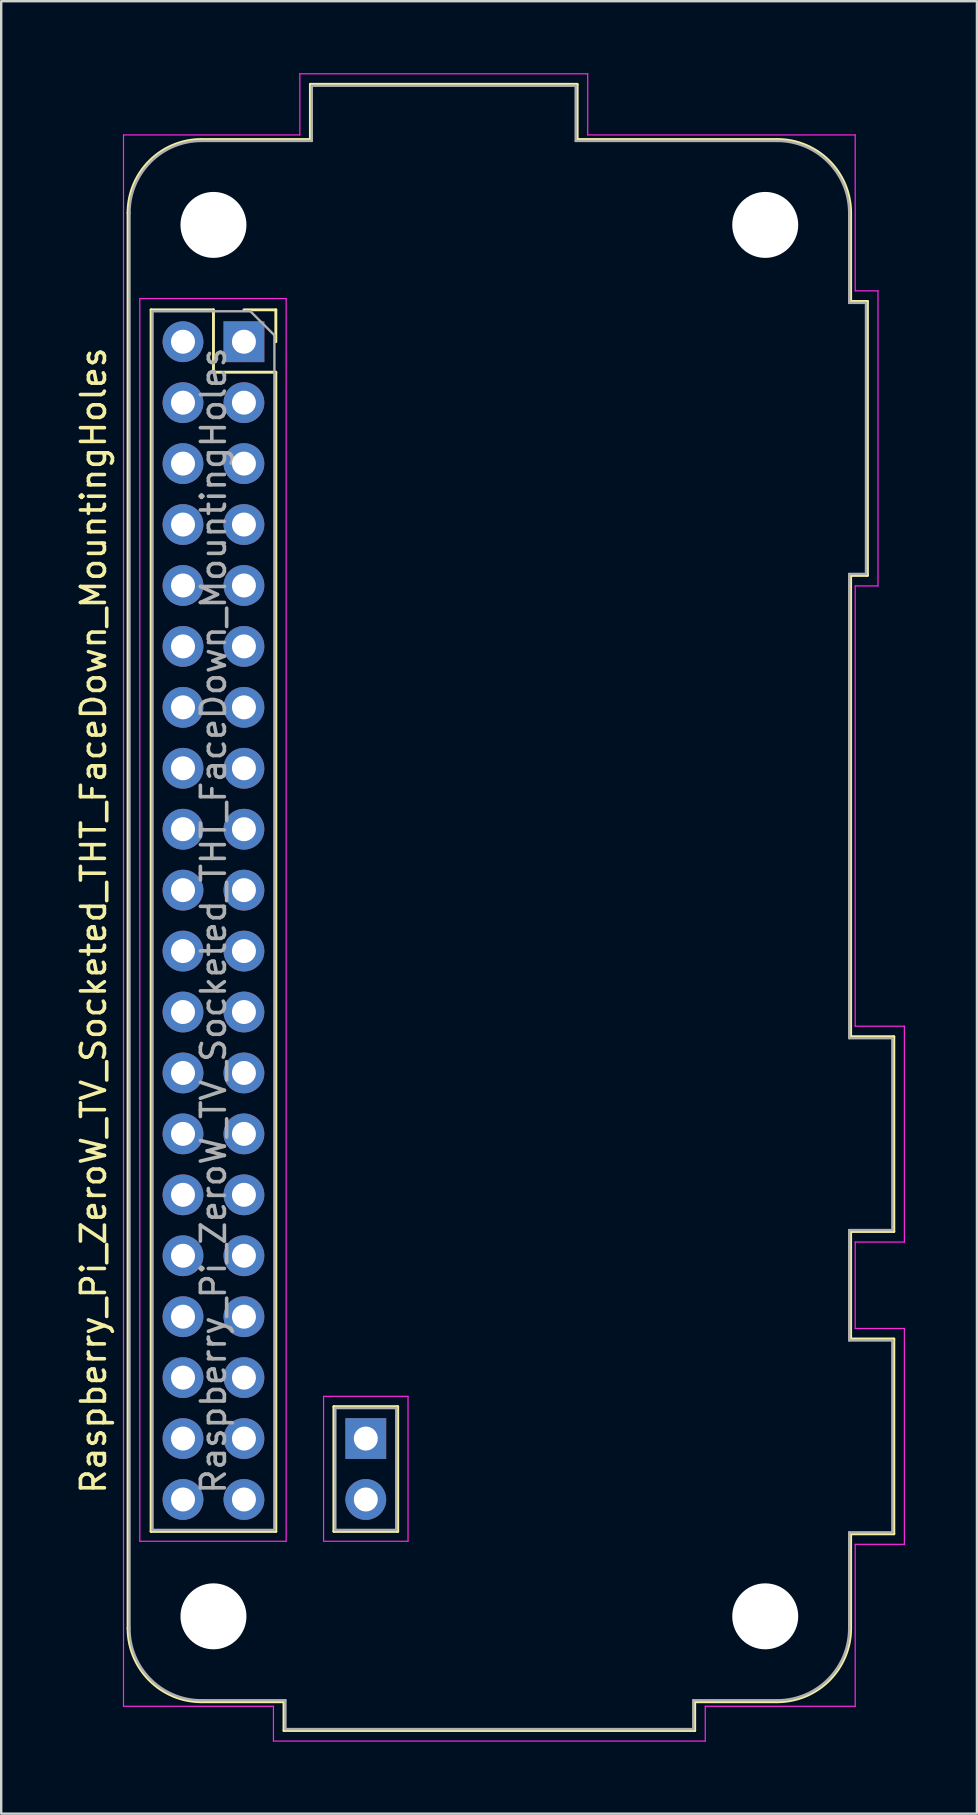
<source format=kicad_pcb>
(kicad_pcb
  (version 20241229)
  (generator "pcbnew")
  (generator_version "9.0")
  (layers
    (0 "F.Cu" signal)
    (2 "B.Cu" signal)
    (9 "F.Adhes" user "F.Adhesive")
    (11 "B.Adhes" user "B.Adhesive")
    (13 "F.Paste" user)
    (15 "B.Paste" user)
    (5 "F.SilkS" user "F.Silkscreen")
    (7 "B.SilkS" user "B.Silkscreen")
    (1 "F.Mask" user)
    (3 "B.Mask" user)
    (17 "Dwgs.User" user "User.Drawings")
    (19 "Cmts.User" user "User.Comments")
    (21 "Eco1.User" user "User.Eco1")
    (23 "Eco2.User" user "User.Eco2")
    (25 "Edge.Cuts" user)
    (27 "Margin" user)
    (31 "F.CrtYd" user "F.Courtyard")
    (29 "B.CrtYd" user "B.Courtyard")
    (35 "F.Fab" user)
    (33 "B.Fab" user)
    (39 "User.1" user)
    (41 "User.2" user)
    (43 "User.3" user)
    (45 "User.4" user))
  (footprint "Raspberry_Pi_ZeroW_TV_Socketed_THT_FaceDown_MountingHoles"
    (layer "F.Cu")
    (at 7.118 11.195)
    (property "Reference" "Raspberry_Pi_ZeroW_TV_Socketed_THT_FaceDown_MountingHoles" (at -6.27 24.13 90) (layer "F.SilkS") (effects (font (size 1 1) (thickness 0.15))))
    (attr through_hole)
    (fp_line (start -4.83 53.63) (end -4.83 -5.37) (stroke (width 0.12) (type solid)) (layer "F.SilkS"))
    (fp_line (start -3.87 -1.33) (end -3.87 49.59) (stroke (width 0.12) (type solid)) (layer "F.SilkS"))
    (fp_line (start -3.87 -1.33) (end -1.27 -1.33) (stroke (width 0.12) (type solid)) (layer "F.SilkS"))
    (fp_line (start -3.87 49.59) (end 1.33 49.59) (stroke (width 0.12) (type solid)) (layer "F.SilkS"))
    (fp_line (start -1.77 -8.43) (end 2.77 -8.43) (stroke (width 0.12) (type solid)) (layer "F.SilkS"))
    (fp_line (start -1.27 -1.33) (end -1.27 1.27) (stroke (width 0.12) (type solid)) (layer "F.SilkS"))
    (fp_line (start -1.27 1.27) (end 1.33 1.27) (stroke (width 0.12) (type solid)) (layer "F.SilkS"))
    (fp_line (start 0 -1.33) (end 1.33 -1.33) (stroke (width 0.12) (type solid)) (layer "F.SilkS"))
    (fp_line (start 1.33 -1.33) (end 1.33 0) (stroke (width 0.12) (type solid)) (layer "F.SilkS"))
    (fp_line (start 1.33 1.27) (end 1.33 49.59) (stroke (width 0.12) (type solid)) (layer "F.SilkS"))
    (fp_line (start 1.67 56.69) (end -1.77 56.69) (stroke (width 0.12) (type solid)) (layer "F.SilkS"))
    (fp_line (start 1.67 56.69) (end 1.67 57.89) (stroke (width 0.12) (type solid)) (layer "F.SilkS"))
    (fp_line (start 1.67 57.89) (end 18.79 57.89) (stroke (width 0.12) (type solid)) (layer "F.SilkS"))
    (fp_line (start 2.77 -8.43) (end 2.77 -10.73) (stroke (width 0.12) (type solid)) (layer "F.SilkS"))
    (fp_line (start 3.75 49.59) (end 3.75 44.39) (stroke (width 0.12) (type solid)) (layer "F.SilkS"))
    (fp_line (start 6.41 44.39) (end 3.75 44.39) (stroke (width 0.12) (type solid)) (layer "F.SilkS"))
    (fp_line (start 6.41 49.59) (end 3.75 49.59) (stroke (width 0.12) (type solid)) (layer "F.SilkS"))
    (fp_line (start 6.41 49.59) (end 6.41 44.39) (stroke (width 0.12) (type solid)) (layer "F.SilkS"))
    (fp_line (start 13.89 -10.73) (end 2.77 -10.73) (stroke (width 0.12) (type solid)) (layer "F.SilkS"))
    (fp_line (start 13.89 -8.43) (end 13.89 -10.73) (stroke (width 0.12) (type solid)) (layer "F.SilkS"))
    (fp_line (start 18.79 56.69) (end 22.23 56.69) (stroke (width 0.12) (type solid)) (layer "F.SilkS"))
    (fp_line (start 18.79 57.89) (end 18.79 56.69) (stroke (width 0.12) (type solid)) (layer "F.SilkS"))
    (fp_line (start 22.23 -8.43) (end 13.89 -8.43) (stroke (width 0.12) (type solid)) (layer "F.SilkS"))
    (fp_line (start 25.29 -1.68) (end 25.29 -5.37) (stroke (width 0.12) (type solid)) (layer "F.SilkS"))
    (fp_line (start 25.29 9.74) (end 25.99 9.74) (stroke (width 0.12) (type solid)) (layer "F.SilkS"))
    (fp_line (start 25.29 28.97) (end 25.29 9.74) (stroke (width 0.12) (type solid)) (layer "F.SilkS"))
    (fp_line (start 25.29 37.09) (end 27.09 37.09) (stroke (width 0.12) (type solid)) (layer "F.SilkS"))
    (fp_line (start 25.29 41.57) (end 25.29 37.09) (stroke (width 0.12) (type solid)) (layer "F.SilkS"))
    (fp_line (start 25.29 49.69) (end 27.09 49.69) (stroke (width 0.12) (type solid)) (layer "F.SilkS"))
    (fp_line (start 25.29 53.63) (end 25.29 49.69) (stroke (width 0.12) (type solid)) (layer "F.SilkS"))
    (fp_line (start 25.99 -1.68) (end 25.29 -1.68) (stroke (width 0.12) (type solid)) (layer "F.SilkS"))
    (fp_line (start 25.99 9.74) (end 25.99 -1.68) (stroke (width 0.12) (type solid)) (layer "F.SilkS"))
    (fp_line (start 27.09 28.97) (end 25.29 28.97) (stroke (width 0.12) (type solid)) (layer "F.SilkS"))
    (fp_line (start 27.09 37.09) (end 27.09 28.97) (stroke (width 0.12) (type solid)) (layer "F.SilkS"))
    (fp_line (start 27.09 41.57) (end 25.29 41.57) (stroke (width 0.12) (type solid)) (layer "F.SilkS"))
    (fp_line (start 27.09 49.69) (end 27.09 41.57) (stroke (width 0.12) (type solid)) (layer "F.SilkS"))
    (fp_arc (start -4.83 -5.37) (mid -3.933747 -7.533747) (end -1.77 -8.43) (stroke (width 0.12) (type solid)) (layer "F.SilkS"))
    (fp_arc (start -1.77 56.69) (mid -3.933747 55.793747) (end -4.83 53.63) (stroke (width 0.12) (type solid)) (layer "F.SilkS"))
    (fp_arc (start 22.23 -8.43) (mid 24.393747 -7.533747) (end 25.29 -5.37) (stroke (width 0.12) (type solid)) (layer "F.SilkS"))
    (fp_arc (start 25.29 53.63) (mid 24.393747 55.793747) (end 22.23 56.69) (stroke (width 0.12) (type solid)) (layer "F.SilkS"))
    (fp_line (start -5.02 -8.62) (end 2.33 -8.62) (stroke (width 0.05) (type solid)) (layer "F.CrtYd"))
    (fp_line (start -5.02 56.88) (end -5.02 -8.62) (stroke (width 0.05) (type solid)) (layer "F.CrtYd"))
    (fp_line (start -5.02 56.88) (end 1.23 56.88) (stroke (width 0.05) (type solid)) (layer "F.CrtYd"))
    (fp_line (start -4.34 -1.8) (end 1.76 -1.8) (stroke (width 0.05) (type solid)) (layer "F.CrtYd"))
    (fp_line (start -4.34 50) (end -4.34 -1.8) (stroke (width 0.05) (type solid)) (layer "F.CrtYd"))
    (fp_line (start 1.23 58.33) (end 1.23 56.88) (stroke (width 0.05) (type solid)) (layer "F.CrtYd"))
    (fp_line (start 1.76 -1.8) (end 1.76 50) (stroke (width 0.05) (type solid)) (layer "F.CrtYd"))
    (fp_line (start 1.76 50) (end -4.34 50) (stroke (width 0.05) (type solid)) (layer "F.CrtYd"))
    (fp_line (start 2.33 -8.62) (end 2.33 -11.17) (stroke (width 0.05) (type solid)) (layer "F.CrtYd"))
    (fp_line (start 3.32 43.96) (end 3.32 50) (stroke (width 0.05) (type solid)) (layer "F.CrtYd"))
    (fp_line (start 3.32 43.96) (end 6.84 43.96) (stroke (width 0.05) (type solid)) (layer "F.CrtYd"))
    (fp_line (start 3.32 50) (end 6.84 50) (stroke (width 0.05) (type solid)) (layer "F.CrtYd"))
    (fp_line (start 6.84 43.96) (end 6.84 50) (stroke (width 0.05) (type solid)) (layer "F.CrtYd"))
    (fp_line (start 14.33 -11.17) (end 2.33 -11.17) (stroke (width 0.05) (type solid)) (layer "F.CrtYd"))
    (fp_line (start 14.33 -8.62) (end 14.33 -11.17) (stroke (width 0.05) (type solid)) (layer "F.CrtYd"))
    (fp_line (start 19.23 56.88) (end 25.48 56.88) (stroke (width 0.05) (type solid)) (layer "F.CrtYd"))
    (fp_line (start 19.23 58.33) (end 1.23 58.33) (stroke (width 0.05) (type solid)) (layer "F.CrtYd"))
    (fp_line (start 19.23 58.33) (end 19.23 56.88) (stroke (width 0.05) (type solid)) (layer "F.CrtYd"))
    (fp_line (start 25.48 -8.62) (end 14.33 -8.62) (stroke (width 0.05) (type solid)) (layer "F.CrtYd"))
    (fp_line (start 25.48 -2.12) (end 25.48 -8.62) (stroke (width 0.05) (type solid)) (layer "F.CrtYd"))
    (fp_line (start 25.48 28.53) (end 25.48 10.18) (stroke (width 0.05) (type solid)) (layer "F.CrtYd"))
    (fp_line (start 25.48 37.53) (end 25.48 41.13) (stroke (width 0.05) (type solid)) (layer "F.CrtYd"))
    (fp_line (start 25.48 50.13) (end 25.48 56.88) (stroke (width 0.05) (type solid)) (layer "F.CrtYd"))
    (fp_line (start 26.43 -2.12) (end 25.48 -2.12) (stroke (width 0.05) (type solid)) (layer "F.CrtYd"))
    (fp_line (start 26.43 -2.12) (end 26.43 10.18) (stroke (width 0.05) (type solid)) (layer "F.CrtYd"))
    (fp_line (start 26.43 10.18) (end 25.48 10.18) (stroke (width 0.05) (type solid)) (layer "F.CrtYd"))
    (fp_line (start 27.53 28.53) (end 25.48 28.53) (stroke (width 0.05) (type solid)) (layer "F.CrtYd"))
    (fp_line (start 27.53 37.53) (end 25.48 37.53) (stroke (width 0.05) (type solid)) (layer "F.CrtYd"))
    (fp_line (start 27.53 37.53) (end 27.53 28.53) (stroke (width 0.05) (type solid)) (layer "F.CrtYd"))
    (fp_line (start 27.53 41.13) (end 25.48 41.13) (stroke (width 0.05) (type solid)) (layer "F.CrtYd"))
    (fp_line (start 27.53 50.13) (end 25.48 50.13) (stroke (width 0.05) (type solid)) (layer "F.CrtYd"))
    (fp_line (start 27.53 50.13) (end 27.53 41.13) (stroke (width 0.05) (type solid)) (layer "F.CrtYd"))
    (fp_line (start -4.77 53.63) (end -4.77 -5.37) (stroke (width 0.1) (type solid)) (layer "F.Fab"))
    (fp_line (start -3.81 -1.27) (end 0.27 -1.27) (stroke (width 0.1) (type solid)) (layer "F.Fab"))
    (fp_line (start -3.81 49.53) (end -3.81 -1.27) (stroke (width 0.1) (type solid)) (layer "F.Fab"))
    (fp_line (start -1.77 -8.37) (end 2.83 -8.37) (stroke (width 0.1) (type solid)) (layer "F.Fab"))
    (fp_line (start -1.77 56.63) (end 1.73 56.63) (stroke (width 0.1) (type solid)) (layer "F.Fab"))
    (fp_line (start 0.27 -1.27) (end 1.27 -0.27) (stroke (width 0.1) (type solid)) (layer "F.Fab"))
    (fp_line (start 1.27 -0.27) (end 1.27 49.53) (stroke (width 0.1) (type solid)) (layer "F.Fab"))
    (fp_line (start 1.27 49.53) (end -3.81 49.53) (stroke (width 0.1) (type solid)) (layer "F.Fab"))
    (fp_line (start 1.73 56.63) (end 1.73 57.83) (stroke (width 0.1) (type solid)) (layer "F.Fab"))
    (fp_line (start 1.73 57.83) (end 18.73 57.83) (stroke (width 0.1) (type solid)) (layer "F.Fab"))
    (fp_line (start 2.83 -8.37) (end 2.83 -10.67) (stroke (width 0.1) (type solid)) (layer "F.Fab"))
    (fp_line (start 3.81 44.45) (end 3.81 49.53) (stroke (width 0.1) (type solid)) (layer "F.Fab"))
    (fp_line (start 3.81 44.45) (end 6.35 44.45) (stroke (width 0.1) (type solid)) (layer "F.Fab"))
    (fp_line (start 3.81 49.53) (end 6.35 49.53) (stroke (width 0.1) (type solid)) (layer "F.Fab"))
    (fp_line (start 6.35 44.45) (end 6.35 49.53) (stroke (width 0.1) (type solid)) (layer "F.Fab"))
    (fp_line (start 13.83 -10.67) (end 2.83 -10.67) (stroke (width 0.1) (type solid)) (layer "F.Fab"))
    (fp_line (start 13.83 -10.67) (end 13.83 -8.37) (stroke (width 0.1) (type solid)) (layer "F.Fab"))
    (fp_line (start 13.83 -8.37) (end 22.23 -8.37) (stroke (width 0.1) (type solid)) (layer "F.Fab"))
    (fp_line (start 18.73 56.63) (end 18.73 57.83) (stroke (width 0.1) (type solid)) (layer "F.Fab"))
    (fp_line (start 22.23 56.63) (end 18.73 56.63) (stroke (width 0.1) (type solid)) (layer "F.Fab"))
    (fp_line (start 25.23 -1.62) (end 25.23 -5.37) (stroke (width 0.1) (type solid)) (layer "F.Fab"))
    (fp_line (start 25.23 -1.62) (end 25.93 -1.62) (stroke (width 0.1) (type solid)) (layer "F.Fab"))
    (fp_line (start 25.23 9.68) (end 25.93 9.68) (stroke (width 0.1) (type solid)) (layer "F.Fab"))
    (fp_line (start 25.23 29.03) (end 25.23 9.68) (stroke (width 0.1) (type solid)) (layer "F.Fab"))
    (fp_line (start 25.23 37.03) (end 27.03 37.03) (stroke (width 0.1) (type solid)) (layer "F.Fab"))
    (fp_line (start 25.23 41.63) (end 25.23 37.03) (stroke (width 0.1) (type solid)) (layer "F.Fab"))
    (fp_line (start 25.23 49.63) (end 25.23 53.63) (stroke (width 0.1) (type solid)) (layer "F.Fab"))
    (fp_line (start 25.23 49.63) (end 27.03 49.63) (stroke (width 0.1) (type solid)) (layer "F.Fab"))
    (fp_line (start 25.93 9.68) (end 25.93 -1.62) (stroke (width 0.1) (type solid)) (layer "F.Fab"))
    (fp_line (start 27.03 29.03) (end 25.23 29.03) (stroke (width 0.1) (type solid)) (layer "F.Fab"))
    (fp_line (start 27.03 37.03) (end 27.03 29.03) (stroke (width 0.1) (type solid)) (layer "F.Fab"))
    (fp_line (start 27.03 41.63) (end 25.23 41.63) (stroke (width 0.1) (type solid)) (layer "F.Fab"))
    (fp_line (start 27.03 49.63) (end 27.03 41.63) (stroke (width 0.1) (type solid)) (layer "F.Fab"))
    (fp_arc (start -4.77 -5.37) (mid -3.89132 -7.49132) (end -1.77 -8.37) (stroke (width 0.1) (type solid)) (layer "F.Fab"))
    (fp_arc (start -1.77 56.63) (mid -3.89132 55.75132) (end -4.77 53.63) (stroke (width 0.1) (type solid)) (layer "F.Fab"))
    (fp_arc (start 22.23 -8.37) (mid 24.35132 -7.49132) (end 25.23 -5.37) (stroke (width 0.1) (type solid)) (layer "F.Fab"))
    (fp_arc (start 25.23 53.63) (mid 24.35132 55.75132) (end 22.23 56.63) (stroke (width 0.1) (type solid)) (layer "F.Fab"))
    (fp_text user "${REFERENCE}" (at -1.27 24.13 90) (layer "F.Fab") (effects (font (size 1 1) (thickness 0.15))))
    (pad "" np_thru_hole circle (at -1.27 -4.87 90) (size 2.75 2.75) (drill 2.75) (layers "*.Cu" "*.Mask"))
    (pad "" np_thru_hole circle (at -1.27 53.13 90) (size 2.75 2.75) (drill 2.75) (layers "*.Cu" "*.Mask"))
    (pad "" np_thru_hole circle (at 21.73 -4.87 90) (size 2.75 2.75) (drill 2.75) (layers "*.Cu" "*.Mask"))
    (pad "" np_thru_hole circle (at 21.73 53.13 90) (size 2.75 2.75) (drill 2.75) (layers "*.Cu" "*.Mask"))
    (pad "1" thru_hole rect (at 0 0) (size 1.7 1.7) (drill 1) (layers "*.Cu" "*.Mask"))
    (pad "2" thru_hole oval (at -2.54 0) (size 1.7 1.7) (drill 1) (layers "*.Cu" "*.Mask"))
    (pad "3" thru_hole oval (at 0 2.54) (size 1.7 1.7) (drill 1) (layers "*.Cu" "*.Mask"))
    (pad "4" thru_hole oval (at -2.54 2.54) (size 1.7 1.7) (drill 1) (layers "*.Cu" "*.Mask"))
    (pad "5" thru_hole oval (at 0 5.08) (size 1.7 1.7) (drill 1) (layers "*.Cu" "*.Mask"))
    (pad "6" thru_hole oval (at -2.54 5.08) (size 1.7 1.7) (drill 1) (layers "*.Cu" "*.Mask"))
    (pad "7" thru_hole oval (at 0 7.62) (size 1.7 1.7) (drill 1) (layers "*.Cu" "*.Mask"))
    (pad "8" thru_hole oval (at -2.54 7.62) (size 1.7 1.7) (drill 1) (layers "*.Cu" "*.Mask"))
    (pad "9" thru_hole oval (at 0 10.16) (size 1.7 1.7) (drill 1) (layers "*.Cu" "*.Mask"))
    (pad "10" thru_hole oval (at -2.54 10.16) (size 1.7 1.7) (drill 1) (layers "*.Cu" "*.Mask"))
    (pad "11" thru_hole oval (at 0 12.7) (size 1.7 1.7) (drill 1) (layers "*.Cu" "*.Mask"))
    (pad "12" thru_hole oval (at -2.54 12.7) (size 1.7 1.7) (drill 1) (layers "*.Cu" "*.Mask"))
    (pad "13" thru_hole oval (at 0 15.24) (size 1.7 1.7) (drill 1) (layers "*.Cu" "*.Mask"))
    (pad "14" thru_hole oval (at -2.54 15.24) (size 1.7 1.7) (drill 1) (layers "*.Cu" "*.Mask"))
    (pad "15" thru_hole oval (at 0 17.78) (size 1.7 1.7) (drill 1) (layers "*.Cu" "*.Mask"))
    (pad "16" thru_hole oval (at -2.54 17.78) (size 1.7 1.7) (drill 1) (layers "*.Cu" "*.Mask"))
    (pad "17" thru_hole oval (at 0 20.32) (size 1.7 1.7) (drill 1) (layers "*.Cu" "*.Mask"))
    (pad "18" thru_hole oval (at -2.54 20.32) (size 1.7 1.7) (drill 1) (layers "*.Cu" "*.Mask"))
    (pad "19" thru_hole oval (at 0 22.86) (size 1.7 1.7) (drill 1) (layers "*.Cu" "*.Mask"))
    (pad "20" thru_hole oval (at -2.54 22.86) (size 1.7 1.7) (drill 1) (layers "*.Cu" "*.Mask"))
    (pad "21" thru_hole oval (at 0 25.4) (size 1.7 1.7) (drill 1) (layers "*.Cu" "*.Mask"))
    (pad "22" thru_hole oval (at -2.54 25.4) (size 1.7 1.7) (drill 1) (layers "*.Cu" "*.Mask"))
    (pad "23" thru_hole oval (at 0 27.94) (size 1.7 1.7) (drill 1) (layers "*.Cu" "*.Mask"))
    (pad "24" thru_hole oval (at -2.54 27.94) (size 1.7 1.7) (drill 1) (layers "*.Cu" "*.Mask"))
    (pad "25" thru_hole oval (at 0 30.48) (size 1.7 1.7) (drill 1) (layers "*.Cu" "*.Mask"))
    (pad "26" thru_hole oval (at -2.54 30.48) (size 1.7 1.7) (drill 1) (layers "*.Cu" "*.Mask"))
    (pad "27" thru_hole oval (at 0 33.02) (size 1.7 1.7) (drill 1) (layers "*.Cu" "*.Mask"))
    (pad "28" thru_hole oval (at -2.54 33.02) (size 1.7 1.7) (drill 1) (layers "*.Cu" "*.Mask"))
    (pad "29" thru_hole oval (at 0 35.56) (size 1.7 1.7) (drill 1) (layers "*.Cu" "*.Mask"))
    (pad "30" thru_hole oval (at -2.54 35.56) (size 1.7 1.7) (drill 1) (layers "*.Cu" "*.Mask"))
    (pad "31" thru_hole oval (at 0 38.1) (size 1.7 1.7) (drill 1) (layers "*.Cu" "*.Mask"))
    (pad "32" thru_hole oval (at -2.54 38.1) (size 1.7 1.7) (drill 1) (layers "*.Cu" "*.Mask"))
    (pad "33" thru_hole oval (at 0 40.64) (size 1.7 1.7) (drill 1) (layers "*.Cu" "*.Mask"))
    (pad "34" thru_hole oval (at -2.54 40.64) (size 1.7 1.7) (drill 1) (layers "*.Cu" "*.Mask"))
    (pad "35" thru_hole oval (at 0 43.18) (size 1.7 1.7) (drill 1) (layers "*.Cu" "*.Mask"))
    (pad "36" thru_hole oval (at -2.54 43.18) (size 1.7 1.7) (drill 1) (layers "*.Cu" "*.Mask"))
    (pad "37" thru_hole oval (at 0 45.72) (size 1.7 1.7) (drill 1) (layers "*.Cu" "*.Mask"))
    (pad "38" thru_hole oval (at -2.54 45.72) (size 1.7 1.7) (drill 1) (layers "*.Cu" "*.Mask"))
    (pad "39" thru_hole oval (at 0 48.26) (size 1.7 1.7) (drill 1) (layers "*.Cu" "*.Mask"))
    (pad "40" thru_hole oval (at -2.54 48.26) (size 1.7 1.7) (drill 1) (layers "*.Cu" "*.Mask"))
    (pad "41" thru_hole rect (at 5.08 45.72 180) (size 1.7 1.7) (drill 1) (layers "*.Cu" "*.Mask"))
    (pad "42" thru_hole oval (at 5.08 48.26 180) (size 1.7 1.7) (drill 1) (layers "*.Cu" "*.Mask")))
  (gr_rect
    (start -3 -3)
    (end 37.673 72.55)
    (stroke (width 0.1) (type default))
    (fill no)
    (layer "Edge.Cuts")))
</source>
